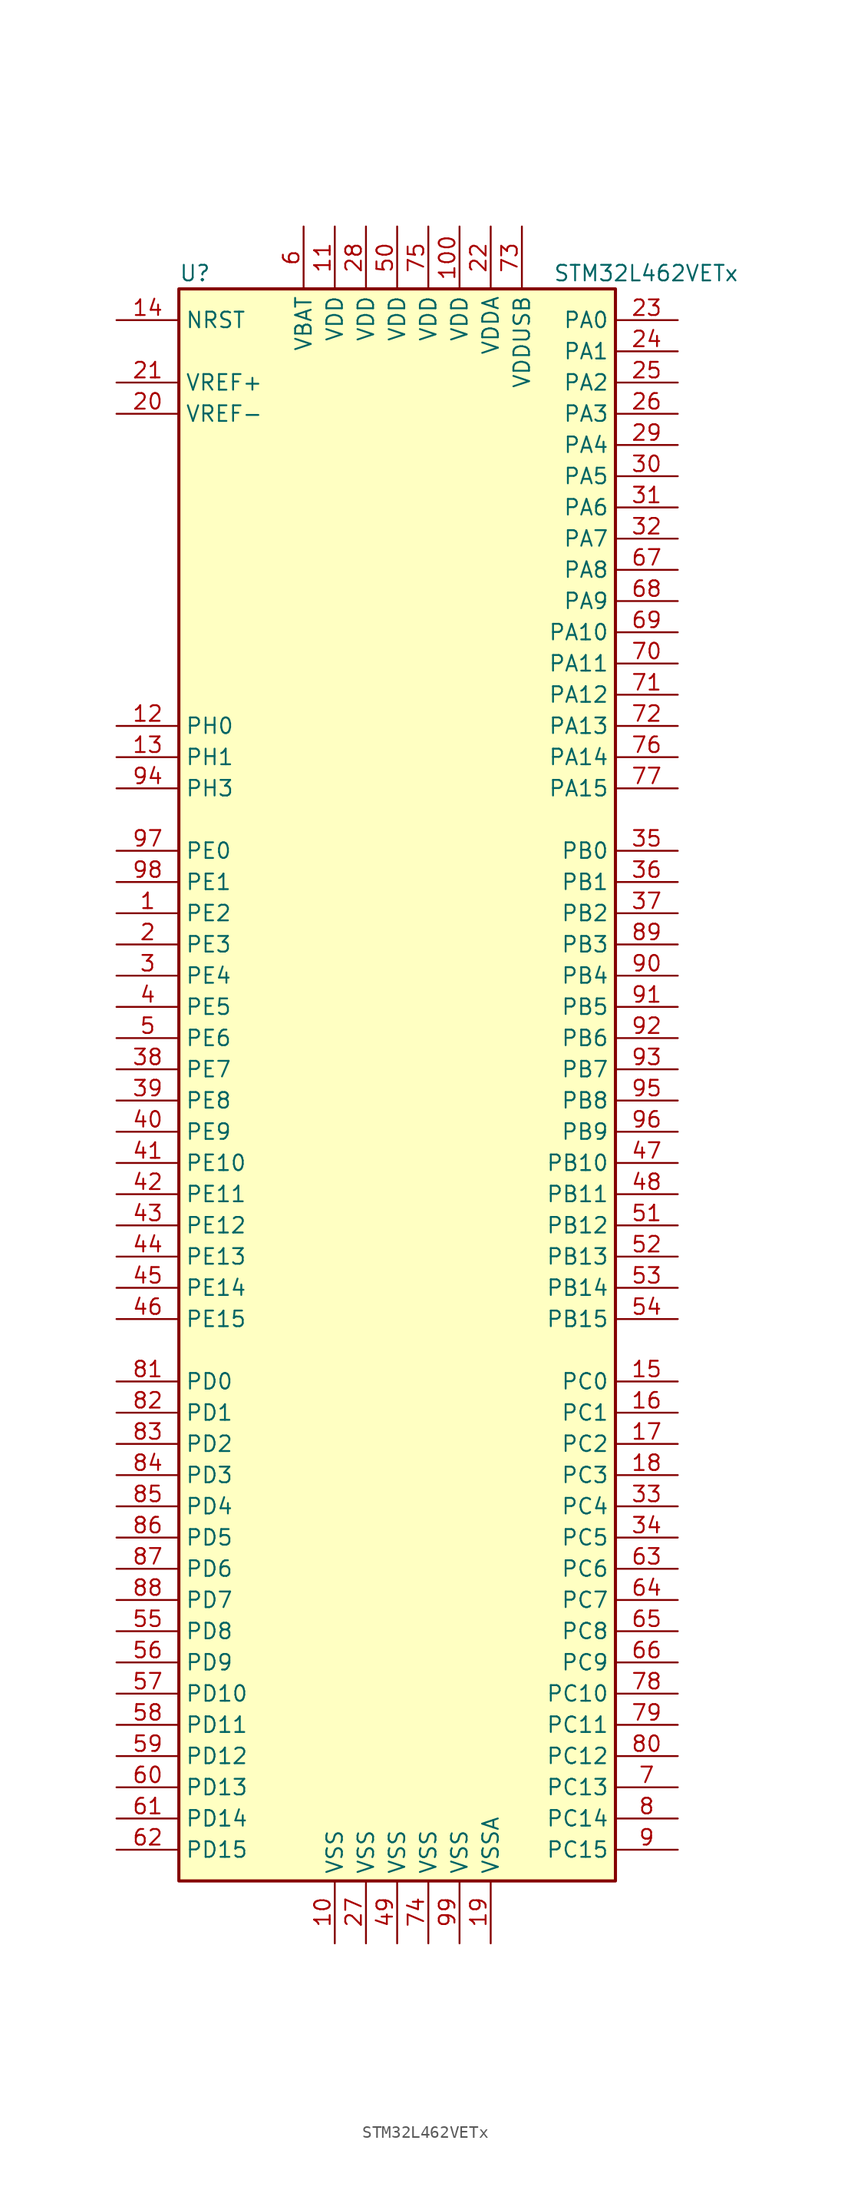
<source format=kicad_sym>
(kicad_symbol_lib
  (version 20201005)
  (generator kicad_symbol_editor)
  (symbol "STM32L462VETx"
    (property "Reference" "U"
      (at -17.78 64.77 0)
      (effects (font (size 1.27 1.27)) (justify left)))
    (property "Value" "STM32L462VETx"
      (at 12.7 64.77 0)
      (effects (font (size 1.27 1.27)) (justify left)))
    (symbol "STM32L462VETx_0_1"
      (rectangle (start -17.78 -66.04) (end 17.78 63.5) (stroke (width 0.254)) (fill (type background))))
    (symbol "STM32L462VETx_1_1"
      (pin bidirectional line (at -22.86 12.7 0) (length 5.08) (name "PE2" (effects (font (size 1.27 1.27)))) (number "1" (effects (font (size 1.27 1.27)))))
      (pin power_in line (at -5.08 -71.12 90) (length 5.08) (name "VSS" (effects (font (size 1.27 1.27)))) (number "10" (effects (font (size 1.27 1.27)))))
      (pin power_in line (at 5.08 68.58 270) (length 5.08) (name "VDD" (effects (font (size 1.27 1.27)))) (number "100" (effects (font (size 1.27 1.27)))))
      (pin power_in line (at -5.08 68.58 270) (length 5.08) (name "VDD" (effects (font (size 1.27 1.27)))) (number "11" (effects (font (size 1.27 1.27)))))
      (pin input line (at -22.86 27.94 0) (length 5.08) (name "PH0" (effects (font (size 1.27 1.27)))) (number "12" (effects (font (size 1.27 1.27)))))
      (pin input line (at -22.86 25.4 0) (length 5.08) (name "PH1" (effects (font (size 1.27 1.27)))) (number "13" (effects (font (size 1.27 1.27)))))
      (pin input line (at -22.86 60.96 0) (length 5.08) (name "NRST" (effects (font (size 1.27 1.27)))) (number "14" (effects (font (size 1.27 1.27)))))
      (pin bidirectional line (at 22.86 -25.4 180) (length 5.08) (name "PC0" (effects (font (size 1.27 1.27)))) (number "15" (effects (font (size 1.27 1.27)))))
      (pin bidirectional line (at 22.86 -27.94 180) (length 5.08) (name "PC1" (effects (font (size 1.27 1.27)))) (number "16" (effects (font (size 1.27 1.27)))))
      (pin bidirectional line (at 22.86 -30.48 180) (length 5.08) (name "PC2" (effects (font (size 1.27 1.27)))) (number "17" (effects (font (size 1.27 1.27)))))
      (pin bidirectional line (at 22.86 -33.02 180) (length 5.08) (name "PC3" (effects (font (size 1.27 1.27)))) (number "18" (effects (font (size 1.27 1.27)))))
      (pin power_in line (at 7.62 -71.12 90) (length 5.08) (name "VSSA" (effects (font (size 1.27 1.27)))) (number "19" (effects (font (size 1.27 1.27)))))
      (pin bidirectional line (at -22.86 10.16 0) (length 5.08) (name "PE3" (effects (font (size 1.27 1.27)))) (number "2" (effects (font (size 1.27 1.27)))))
      (pin power_in line (at -22.86 53.34 0) (length 5.08) (name "VREF-" (effects (font (size 1.27 1.27)))) (number "20" (effects (font (size 1.27 1.27)))))
      (pin bidirectional line (at -22.86 55.88 0) (length 5.08) (name "VREF+" (effects (font (size 1.27 1.27)))) (number "21" (effects (font (size 1.27 1.27)))))
      (pin power_in line (at 7.62 68.58 270) (length 5.08) (name "VDDA" (effects (font (size 1.27 1.27)))) (number "22" (effects (font (size 1.27 1.27)))))
      (pin bidirectional line (at 22.86 60.96 180) (length 5.08) (name "PA0" (effects (font (size 1.27 1.27)))) (number "23" (effects (font (size 1.27 1.27)))))
      (pin bidirectional line (at 22.86 58.42 180) (length 5.08) (name "PA1" (effects (font (size 1.27 1.27)))) (number "24" (effects (font (size 1.27 1.27)))))
      (pin bidirectional line (at 22.86 55.88 180) (length 5.08) (name "PA2" (effects (font (size 1.27 1.27)))) (number "25" (effects (font (size 1.27 1.27)))))
      (pin bidirectional line (at 22.86 53.34 180) (length 5.08) (name "PA3" (effects (font (size 1.27 1.27)))) (number "26" (effects (font (size 1.27 1.27)))))
      (pin power_in line (at -2.54 -71.12 90) (length 5.08) (name "VSS" (effects (font (size 1.27 1.27)))) (number "27" (effects (font (size 1.27 1.27)))))
      (pin power_in line (at -2.54 68.58 270) (length 5.08) (name "VDD" (effects (font (size 1.27 1.27)))) (number "28" (effects (font (size 1.27 1.27)))))
      (pin bidirectional line (at 22.86 50.8 180) (length 5.08) (name "PA4" (effects (font (size 1.27 1.27)))) (number "29" (effects (font (size 1.27 1.27)))))
      (pin bidirectional line (at -22.86 7.62 0) (length 5.08) (name "PE4" (effects (font (size 1.27 1.27)))) (number "3" (effects (font (size 1.27 1.27)))))
      (pin bidirectional line (at 22.86 48.26 180) (length 5.08) (name "PA5" (effects (font (size 1.27 1.27)))) (number "30" (effects (font (size 1.27 1.27)))))
      (pin bidirectional line (at 22.86 45.72 180) (length 5.08) (name "PA6" (effects (font (size 1.27 1.27)))) (number "31" (effects (font (size 1.27 1.27)))))
      (pin bidirectional line (at 22.86 43.18 180) (length 5.08) (name "PA7" (effects (font (size 1.27 1.27)))) (number "32" (effects (font (size 1.27 1.27)))))
      (pin bidirectional line (at 22.86 -35.56 180) (length 5.08) (name "PC4" (effects (font (size 1.27 1.27)))) (number "33" (effects (font (size 1.27 1.27)))))
      (pin bidirectional line (at 22.86 -38.1 180) (length 5.08) (name "PC5" (effects (font (size 1.27 1.27)))) (number "34" (effects (font (size 1.27 1.27)))))
      (pin bidirectional line (at 22.86 17.78 180) (length 5.08) (name "PB0" (effects (font (size 1.27 1.27)))) (number "35" (effects (font (size 1.27 1.27)))))
      (pin bidirectional line (at 22.86 15.24 180) (length 5.08) (name "PB1" (effects (font (size 1.27 1.27)))) (number "36" (effects (font (size 1.27 1.27)))))
      (pin bidirectional line (at 22.86 12.7 180) (length 5.08) (name "PB2" (effects (font (size 1.27 1.27)))) (number "37" (effects (font (size 1.27 1.27)))))
      (pin bidirectional line (at -22.86 0 0) (length 5.08) (name "PE7" (effects (font (size 1.27 1.27)))) (number "38" (effects (font (size 1.27 1.27)))))
      (pin bidirectional line (at -22.86 -2.54 0) (length 5.08) (name "PE8" (effects (font (size 1.27 1.27)))) (number "39" (effects (font (size 1.27 1.27)))))
      (pin bidirectional line (at -22.86 5.08 0) (length 5.08) (name "PE5" (effects (font (size 1.27 1.27)))) (number "4" (effects (font (size 1.27 1.27)))))
      (pin bidirectional line (at -22.86 -5.08 0) (length 5.08) (name "PE9" (effects (font (size 1.27 1.27)))) (number "40" (effects (font (size 1.27 1.27)))))
      (pin bidirectional line (at -22.86 -7.62 0) (length 5.08) (name "PE10" (effects (font (size 1.27 1.27)))) (number "41" (effects (font (size 1.27 1.27)))))
      (pin bidirectional line (at -22.86 -10.16 0) (length 5.08) (name "PE11" (effects (font (size 1.27 1.27)))) (number "42" (effects (font (size 1.27 1.27)))))
      (pin bidirectional line (at -22.86 -12.7 0) (length 5.08) (name "PE12" (effects (font (size 1.27 1.27)))) (number "43" (effects (font (size 1.27 1.27)))))
      (pin bidirectional line (at -22.86 -15.24 0) (length 5.08) (name "PE13" (effects (font (size 1.27 1.27)))) (number "44" (effects (font (size 1.27 1.27)))))
      (pin bidirectional line (at -22.86 -17.78 0) (length 5.08) (name "PE14" (effects (font (size 1.27 1.27)))) (number "45" (effects (font (size 1.27 1.27)))))
      (pin bidirectional line (at -22.86 -20.32 0) (length 5.08) (name "PE15" (effects (font (size 1.27 1.27)))) (number "46" (effects (font (size 1.27 1.27)))))
      (pin bidirectional line (at 22.86 -7.62 180) (length 5.08) (name "PB10" (effects (font (size 1.27 1.27)))) (number "47" (effects (font (size 1.27 1.27)))))
      (pin bidirectional line (at 22.86 -10.16 180) (length 5.08) (name "PB11" (effects (font (size 1.27 1.27)))) (number "48" (effects (font (size 1.27 1.27)))))
      (pin power_in line (at 0 -71.12 90) (length 5.08) (name "VSS" (effects (font (size 1.27 1.27)))) (number "49" (effects (font (size 1.27 1.27)))))
      (pin bidirectional line (at -22.86 2.54 0) (length 5.08) (name "PE6" (effects (font (size 1.27 1.27)))) (number "5" (effects (font (size 1.27 1.27)))))
      (pin power_in line (at 0 68.58 270) (length 5.08) (name "VDD" (effects (font (size 1.27 1.27)))) (number "50" (effects (font (size 1.27 1.27)))))
      (pin bidirectional line (at 22.86 -12.7 180) (length 5.08) (name "PB12" (effects (font (size 1.27 1.27)))) (number "51" (effects (font (size 1.27 1.27)))))
      (pin bidirectional line (at 22.86 -15.24 180) (length 5.08) (name "PB13" (effects (font (size 1.27 1.27)))) (number "52" (effects (font (size 1.27 1.27)))))
      (pin bidirectional line (at 22.86 -17.78 180) (length 5.08) (name "PB14" (effects (font (size 1.27 1.27)))) (number "53" (effects (font (size 1.27 1.27)))))
      (pin bidirectional line (at 22.86 -20.32 180) (length 5.08) (name "PB15" (effects (font (size 1.27 1.27)))) (number "54" (effects (font (size 1.27 1.27)))))
      (pin bidirectional line (at -22.86 -45.72 0) (length 5.08) (name "PD8" (effects (font (size 1.27 1.27)))) (number "55" (effects (font (size 1.27 1.27)))))
      (pin bidirectional line (at -22.86 -48.26 0) (length 5.08) (name "PD9" (effects (font (size 1.27 1.27)))) (number "56" (effects (font (size 1.27 1.27)))))
      (pin bidirectional line (at -22.86 -50.8 0) (length 5.08) (name "PD10" (effects (font (size 1.27 1.27)))) (number "57" (effects (font (size 1.27 1.27)))))
      (pin bidirectional line (at -22.86 -53.34 0) (length 5.08) (name "PD11" (effects (font (size 1.27 1.27)))) (number "58" (effects (font (size 1.27 1.27)))))
      (pin bidirectional line (at -22.86 -55.88 0) (length 5.08) (name "PD12" (effects (font (size 1.27 1.27)))) (number "59" (effects (font (size 1.27 1.27)))))
      (pin power_in line (at -7.62 68.58 270) (length 5.08) (name "VBAT" (effects (font (size 1.27 1.27)))) (number "6" (effects (font (size 1.27 1.27)))))
      (pin bidirectional line (at -22.86 -58.42 0) (length 5.08) (name "PD13" (effects (font (size 1.27 1.27)))) (number "60" (effects (font (size 1.27 1.27)))))
      (pin bidirectional line (at -22.86 -60.96 0) (length 5.08) (name "PD14" (effects (font (size 1.27 1.27)))) (number "61" (effects (font (size 1.27 1.27)))))
      (pin bidirectional line (at -22.86 -63.5 0) (length 5.08) (name "PD15" (effects (font (size 1.27 1.27)))) (number "62" (effects (font (size 1.27 1.27)))))
      (pin bidirectional line (at 22.86 -40.64 180) (length 5.08) (name "PC6" (effects (font (size 1.27 1.27)))) (number "63" (effects (font (size 1.27 1.27)))))
      (pin bidirectional line (at 22.86 -43.18 180) (length 5.08) (name "PC7" (effects (font (size 1.27 1.27)))) (number "64" (effects (font (size 1.27 1.27)))))
      (pin bidirectional line (at 22.86 -45.72 180) (length 5.08) (name "PC8" (effects (font (size 1.27 1.27)))) (number "65" (effects (font (size 1.27 1.27)))))
      (pin bidirectional line (at 22.86 -48.26 180) (length 5.08) (name "PC9" (effects (font (size 1.27 1.27)))) (number "66" (effects (font (size 1.27 1.27)))))
      (pin bidirectional line (at 22.86 40.64 180) (length 5.08) (name "PA8" (effects (font (size 1.27 1.27)))) (number "67" (effects (font (size 1.27 1.27)))))
      (pin bidirectional line (at 22.86 38.1 180) (length 5.08) (name "PA9" (effects (font (size 1.27 1.27)))) (number "68" (effects (font (size 1.27 1.27)))))
      (pin bidirectional line (at 22.86 35.56 180) (length 5.08) (name "PA10" (effects (font (size 1.27 1.27)))) (number "69" (effects (font (size 1.27 1.27)))))
      (pin bidirectional line (at 22.86 -58.42 180) (length 5.08) (name "PC13" (effects (font (size 1.27 1.27)))) (number "7" (effects (font (size 1.27 1.27)))))
      (pin bidirectional line (at 22.86 33.02 180) (length 5.08) (name "PA11" (effects (font (size 1.27 1.27)))) (number "70" (effects (font (size 1.27 1.27)))))
      (pin bidirectional line (at 22.86 30.48 180) (length 5.08) (name "PA12" (effects (font (size 1.27 1.27)))) (number "71" (effects (font (size 1.27 1.27)))))
      (pin bidirectional line (at 22.86 27.94 180) (length 5.08) (name "PA13" (effects (font (size 1.27 1.27)))) (number "72" (effects (font (size 1.27 1.27)))))
      (pin power_in line (at 10.16 68.58 270) (length 5.08) (name "VDDUSB" (effects (font (size 1.27 1.27)))) (number "73" (effects (font (size 1.27 1.27)))))
      (pin power_in line (at 2.54 -71.12 90) (length 5.08) (name "VSS" (effects (font (size 1.27 1.27)))) (number "74" (effects (font (size 1.27 1.27)))))
      (pin power_in line (at 2.54 68.58 270) (length 5.08) (name "VDD" (effects (font (size 1.27 1.27)))) (number "75" (effects (font (size 1.27 1.27)))))
      (pin bidirectional line (at 22.86 25.4 180) (length 5.08) (name "PA14" (effects (font (size 1.27 1.27)))) (number "76" (effects (font (size 1.27 1.27)))))
      (pin bidirectional line (at 22.86 22.86 180) (length 5.08) (name "PA15" (effects (font (size 1.27 1.27)))) (number "77" (effects (font (size 1.27 1.27)))))
      (pin bidirectional line (at 22.86 -50.8 180) (length 5.08) (name "PC10" (effects (font (size 1.27 1.27)))) (number "78" (effects (font (size 1.27 1.27)))))
      (pin bidirectional line (at 22.86 -53.34 180) (length 5.08) (name "PC11" (effects (font (size 1.27 1.27)))) (number "79" (effects (font (size 1.27 1.27)))))
      (pin bidirectional line (at 22.86 -60.96 180) (length 5.08) (name "PC14" (effects (font (size 1.27 1.27)))) (number "8" (effects (font (size 1.27 1.27)))))
      (pin bidirectional line (at 22.86 -55.88 180) (length 5.08) (name "PC12" (effects (font (size 1.27 1.27)))) (number "80" (effects (font (size 1.27 1.27)))))
      (pin bidirectional line (at -22.86 -25.4 0) (length 5.08) (name "PD0" (effects (font (size 1.27 1.27)))) (number "81" (effects (font (size 1.27 1.27)))))
      (pin bidirectional line (at -22.86 -27.94 0) (length 5.08) (name "PD1" (effects (font (size 1.27 1.27)))) (number "82" (effects (font (size 1.27 1.27)))))
      (pin bidirectional line (at -22.86 -30.48 0) (length 5.08) (name "PD2" (effects (font (size 1.27 1.27)))) (number "83" (effects (font (size 1.27 1.27)))))
      (pin bidirectional line (at -22.86 -33.02 0) (length 5.08) (name "PD3" (effects (font (size 1.27 1.27)))) (number "84" (effects (font (size 1.27 1.27)))))
      (pin bidirectional line (at -22.86 -35.56 0) (length 5.08) (name "PD4" (effects (font (size 1.27 1.27)))) (number "85" (effects (font (size 1.27 1.27)))))
      (pin bidirectional line (at -22.86 -38.1 0) (length 5.08) (name "PD5" (effects (font (size 1.27 1.27)))) (number "86" (effects (font (size 1.27 1.27)))))
      (pin bidirectional line (at -22.86 -40.64 0) (length 5.08) (name "PD6" (effects (font (size 1.27 1.27)))) (number "87" (effects (font (size 1.27 1.27)))))
      (pin bidirectional line (at -22.86 -43.18 0) (length 5.08) (name "PD7" (effects (font (size 1.27 1.27)))) (number "88" (effects (font (size 1.27 1.27)))))
      (pin bidirectional line (at 22.86 10.16 180) (length 5.08) (name "PB3" (effects (font (size 1.27 1.27)))) (number "89" (effects (font (size 1.27 1.27)))))
      (pin bidirectional line (at 22.86 -63.5 180) (length 5.08) (name "PC15" (effects (font (size 1.27 1.27)))) (number "9" (effects (font (size 1.27 1.27)))))
      (pin bidirectional line (at 22.86 7.62 180) (length 5.08) (name "PB4" (effects (font (size 1.27 1.27)))) (number "90" (effects (font (size 1.27 1.27)))))
      (pin bidirectional line (at 22.86 5.08 180) (length 5.08) (name "PB5" (effects (font (size 1.27 1.27)))) (number "91" (effects (font (size 1.27 1.27)))))
      (pin bidirectional line (at 22.86 2.54 180) (length 5.08) (name "PB6" (effects (font (size 1.27 1.27)))) (number "92" (effects (font (size 1.27 1.27)))))
      (pin bidirectional line (at 22.86 0 180) (length 5.08) (name "PB7" (effects (font (size 1.27 1.27)))) (number "93" (effects (font (size 1.27 1.27)))))
      (pin bidirectional line (at -22.86 22.86 0) (length 5.08) (name "PH3" (effects (font (size 1.27 1.27)))) (number "94" (effects (font (size 1.27 1.27)))))
      (pin bidirectional line (at 22.86 -2.54 180) (length 5.08) (name "PB8" (effects (font (size 1.27 1.27)))) (number "95" (effects (font (size 1.27 1.27)))))
      (pin bidirectional line (at 22.86 -5.08 180) (length 5.08) (name "PB9" (effects (font (size 1.27 1.27)))) (number "96" (effects (font (size 1.27 1.27)))))
      (pin bidirectional line (at -22.86 17.78 0) (length 5.08) (name "PE0" (effects (font (size 1.27 1.27)))) (number "97" (effects (font (size 1.27 1.27)))))
      (pin bidirectional line (at -22.86 15.24 0) (length 5.08) (name "PE1" (effects (font (size 1.27 1.27)))) (number "98" (effects (font (size 1.27 1.27)))))
      (pin power_in line (at 5.08 -71.12 90) (length 5.08) (name "VSS" (effects (font (size 1.27 1.27)))) (number "99" (effects (font (size 1.27 1.27))))))))
</source>
